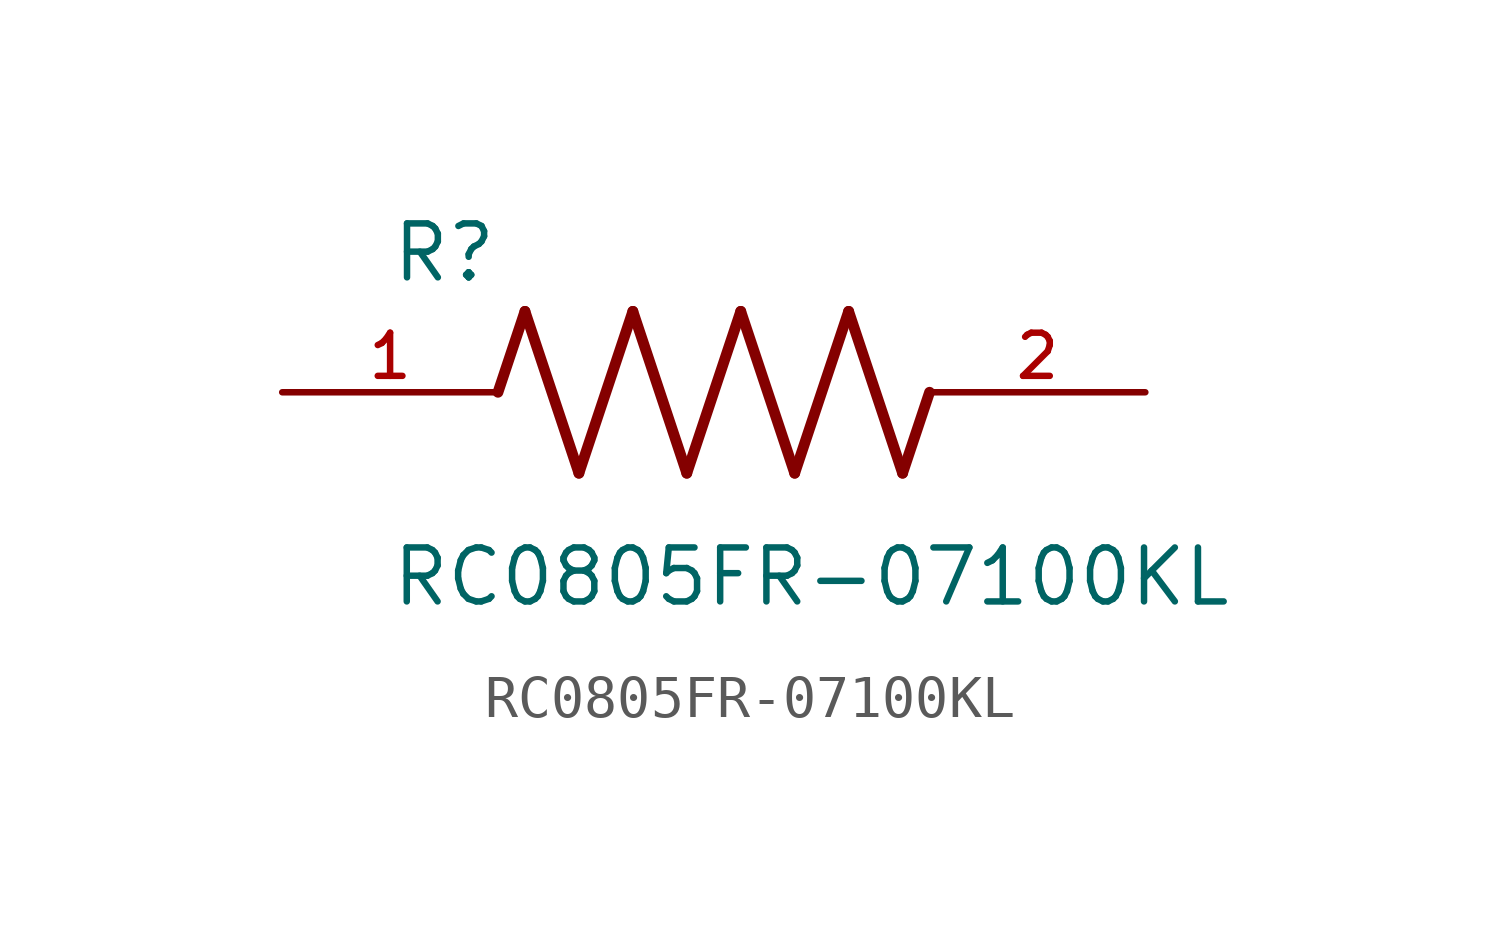
<source format=kicad_sym>
(kicad_symbol_lib
  (version 20241209)
  (generator "kicad_symbol_editor")
  (generator_version "9.0")
  (symbol "RC0805FR-07100KL"
    (pin_names
      (offset 1.016))
    (property "Reference" "R"
      (at -7.624 2.542 0)
      (effects (font (size 1.27 1.27)) (justify left bottom)))
    (property "Value" "RC0805FR-07100KL"
      (at -7.63 -5.087 0)
      (effects (font (size 1.27 1.27)) (justify left bottom)))
    (symbol "RC0805FR-07100KL_0_0"
      (polyline (pts (xy -5.08 0) (xy -4.445 1.905)) (stroke (width 0.254) (type default)) (fill (type none)))
      (polyline (pts (xy -4.445 1.905) (xy -3.175 -1.905)) (stroke (width 0.254) (type default)) (fill (type none)))
      (polyline (pts (xy -3.175 -1.905) (xy -1.905 1.905)) (stroke (width 0.254) (type default)) (fill (type none)))
      (polyline (pts (xy -1.905 1.905) (xy -0.635 -1.905)) (stroke (width 0.254) (type default)) (fill (type none)))
      (polyline (pts (xy -0.635 -1.905) (xy 0.635 1.905)) (stroke (width 0.254) (type default)) (fill (type none)))
      (polyline (pts (xy 0.635 1.905) (xy 1.905 -1.905)) (stroke (width 0.254) (type default)) (fill (type none)))
      (polyline (pts (xy 1.905 -1.905) (xy 3.175 1.905)) (stroke (width 0.254) (type default)) (fill (type none)))
      (polyline (pts (xy 3.175 1.905) (xy 4.445 -1.905)) (stroke (width 0.254) (type default)) (fill (type none)))
      (polyline (pts (xy 4.445 -1.905) (xy 5.08 0)) (stroke (width 0.254) (type default)) (fill (type none)))
      (pin passive line (at -10.16 0 0) (length 5.08) (name "~" (effects (font (size 1.016 1.016)))) (number "1" (effects (font (size 1.016 1.016)))))
      (pin passive line (at 10.16 0 180) (length 5.08) (name "~" (effects (font (size 1.016 1.016)))) (number "2" (effects (font (size 1.016 1.016))))))))
</source>
